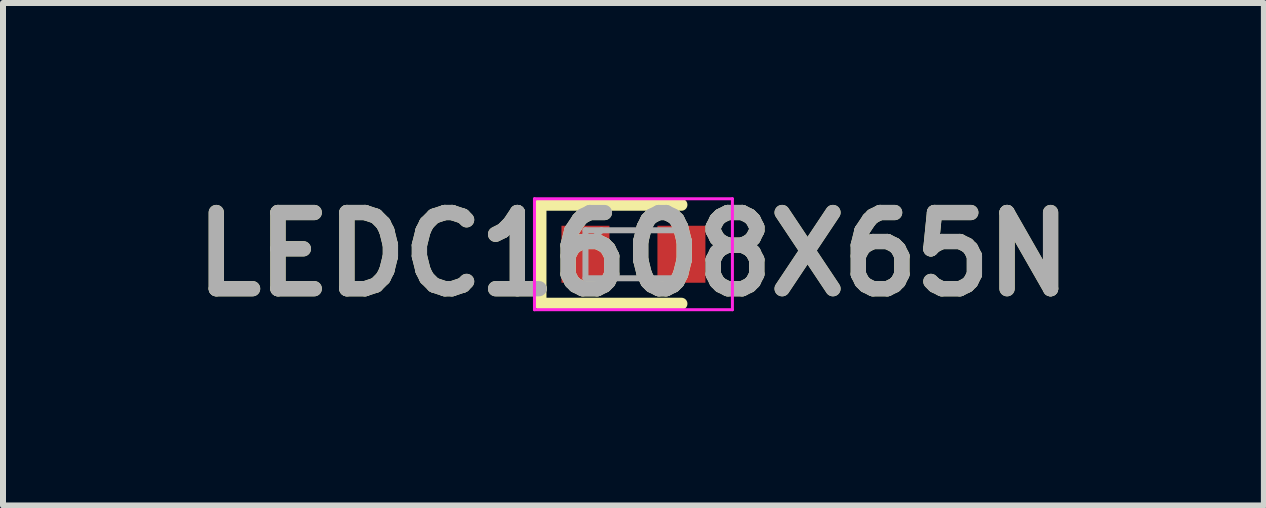
<source format=kicad_pcb>
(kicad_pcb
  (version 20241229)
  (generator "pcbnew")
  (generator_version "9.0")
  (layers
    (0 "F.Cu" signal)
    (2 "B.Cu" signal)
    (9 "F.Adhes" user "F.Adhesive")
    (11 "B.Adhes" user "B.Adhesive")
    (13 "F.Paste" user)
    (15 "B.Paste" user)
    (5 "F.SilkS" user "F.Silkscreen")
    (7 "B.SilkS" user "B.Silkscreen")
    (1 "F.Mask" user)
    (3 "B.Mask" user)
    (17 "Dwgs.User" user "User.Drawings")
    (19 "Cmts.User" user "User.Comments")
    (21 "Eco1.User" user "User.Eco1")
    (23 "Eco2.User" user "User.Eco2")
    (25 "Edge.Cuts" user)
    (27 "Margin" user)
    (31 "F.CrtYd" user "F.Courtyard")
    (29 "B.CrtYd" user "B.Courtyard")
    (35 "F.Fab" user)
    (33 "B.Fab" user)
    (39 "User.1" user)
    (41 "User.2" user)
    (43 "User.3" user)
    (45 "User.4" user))
  (footprint "LEDC1608X65N"
    (layer "F.Cu")
    (at 7.511 1.189)
    (property "Reference" "LEDC1608X65N" (at 0 0 0) (layer "F.SilkS") (effects (font (size 1.27 1.27) (thickness 0.254))))
    (attr smd)
    (fp_line (start -1.55 -0.825) (end -1.55 0.825) (stroke (width 0.2) (type solid)) (layer "F.SilkS"))
    (fp_line (start -1.55 0.825) (end 0.8 0.825) (stroke (width 0.2) (type solid)) (layer "F.SilkS"))
    (fp_line (start 0.8 -0.825) (end -1.55 -0.825) (stroke (width 0.2) (type solid)) (layer "F.SilkS"))
    (fp_line (start -1.65 -0.925) (end 1.65 -0.925) (stroke (width 0.05) (type solid)) (layer "F.CrtYd"))
    (fp_line (start -1.65 0.925) (end -1.65 -0.925) (stroke (width 0.05) (type solid)) (layer "F.CrtYd"))
    (fp_line (start 1.65 -0.925) (end 1.65 0.925) (stroke (width 0.05) (type solid)) (layer "F.CrtYd"))
    (fp_line (start 1.65 0.925) (end -1.65 0.925) (stroke (width 0.05) (type solid)) (layer "F.CrtYd"))
    (fp_line (start -0.8 -0.4) (end 0.8 -0.4) (stroke (width 0.1) (type solid)) (layer "F.Fab"))
    (fp_line (start -0.8 -0.133) (end -0.533 -0.4) (stroke (width 0.1) (type solid)) (layer "F.Fab"))
    (fp_line (start -0.8 0.4) (end -0.8 -0.4) (stroke (width 0.1) (type solid)) (layer "F.Fab"))
    (fp_line (start 0.8 -0.4) (end 0.8 0.4) (stroke (width 0.1) (type solid)) (layer "F.Fab"))
    (fp_line (start 0.8 0.4) (end -0.8 0.4) (stroke (width 0.1) (type solid)) (layer "F.Fab"))
    (fp_text user "${REFERENCE}" (at 0 0 0) (layer "F.Fab") (effects (font (size 1.27 1.27) (thickness 0.254))))
    (pad "1" smd rect (at -0.8 0) (size 0.8 0.95) (layers "F.Cu" "F.Mask" "F.Paste"))
    (pad "2" smd rect (at 0.8 0) (size 0.8 0.95) (layers "F.Cu" "F.Mask" "F.Paste")))
  (gr_rect
    (start -3 -3)
    (end 18.022 5.377)
    (stroke (width 0.1) (type default))
    (fill no)
    (layer "Edge.Cuts")))
</source>
